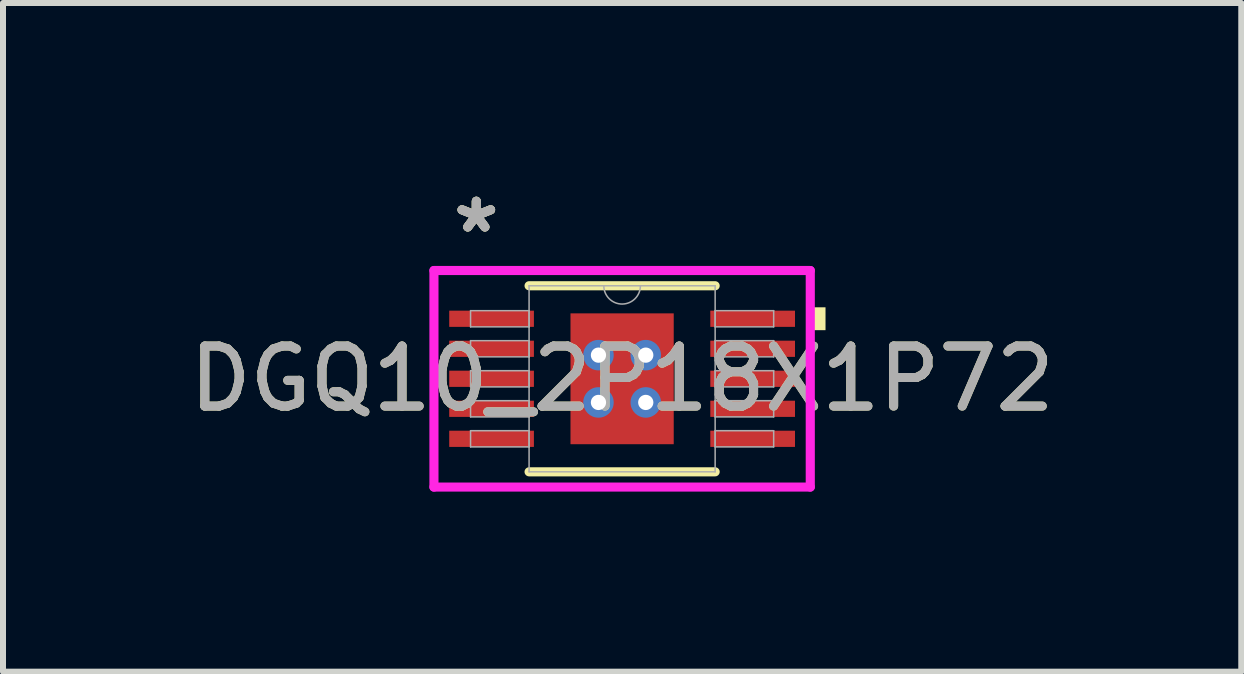
<source format=kicad_pcb>
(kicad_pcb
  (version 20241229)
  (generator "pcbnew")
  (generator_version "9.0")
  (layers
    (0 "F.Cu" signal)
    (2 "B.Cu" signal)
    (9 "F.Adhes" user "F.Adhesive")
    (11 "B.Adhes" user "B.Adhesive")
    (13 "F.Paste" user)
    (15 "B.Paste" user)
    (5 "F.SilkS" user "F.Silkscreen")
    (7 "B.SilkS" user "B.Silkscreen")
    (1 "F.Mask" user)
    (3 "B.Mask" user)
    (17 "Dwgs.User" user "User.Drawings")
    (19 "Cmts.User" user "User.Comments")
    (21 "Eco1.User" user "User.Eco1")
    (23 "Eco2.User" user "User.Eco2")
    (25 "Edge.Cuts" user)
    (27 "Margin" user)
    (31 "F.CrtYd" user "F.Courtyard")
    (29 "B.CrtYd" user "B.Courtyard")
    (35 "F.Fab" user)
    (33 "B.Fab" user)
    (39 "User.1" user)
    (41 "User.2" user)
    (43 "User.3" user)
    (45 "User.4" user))
  (footprint "DGQ10_2P18X1P72"
    (layer "F.Cu")
    (at 7.315 3.261)
    (property "Reference" "DGQ10_2P18X1P72" (at 0 0 0) (unlocked yes) (layer "F.SilkS") (effects (font (size 1 1) (thickness 0.15))))
    (attr smd)
    (fp_poly (pts (xy -0.923 -1.153) (xy -0.594 -1.153) (xy -0.594 1.153) (xy -0.923 1.153)) (stroke (width 0) (type solid)) (fill yes) (layer "F.Mask"))
    (fp_poly (pts (xy -0.923 -1.153) (xy 0.923 -1.153) (xy 0.923 -0.594) (xy -0.923 -0.594)) (stroke (width 0) (type solid)) (fill yes) (layer "F.Mask"))
    (fp_poly (pts (xy -0.923 -0.194) (xy 0.923 -0.194) (xy 0.923 0.194) (xy -0.923 0.194)) (stroke (width 0) (type solid)) (fill yes) (layer "F.Mask"))
    (fp_poly (pts (xy -0.923 0.594) (xy 0.923 0.594) (xy 0.923 1.153) (xy -0.923 1.153)) (stroke (width 0) (type solid)) (fill yes) (layer "F.Mask"))
    (fp_poly (pts (xy 0.194 -1.153) (xy -0.194 -1.153) (xy -0.194 1.153) (xy 0.194 1.153)) (stroke (width 0) (type solid)) (fill yes) (layer "F.Mask"))
    (fp_poly (pts (xy 0.594 -1.153) (xy 0.923 -1.153) (xy 0.923 1.153) (xy 0.594 1.153)) (stroke (width 0) (type solid)) (fill yes) (layer "F.Mask"))
    (fp_line (start -1.55 1.55) (end 1.55 1.55) (stroke (width 0.152) (type solid)) (layer "F.SilkS"))
    (fp_line (start 1.55 -1.55) (end -1.55 -1.55) (stroke (width 0.152) (type solid)) (layer "F.SilkS"))
    (fp_poly (pts (xy 3.389 -1.191) (xy 3.389 -0.81) (xy 3.135 -0.81) (xy 3.135 -1.191)) (stroke (width 0) (type solid)) (fill yes) (layer "F.SilkS"))
    (fp_poly (pts (xy -0.785 -1.015) (xy -0.785 -0.494) (xy -0.635 -0.494) (xy -0.494 -0.635) (xy -0.494 -1.015)) (stroke (width 0) (type solid)) (fill yes) (layer "F.Paste"))
    (fp_poly (pts (xy -0.785 0.494) (xy -0.785 1.015) (xy -0.494 1.015) (xy -0.494 0.635) (xy -0.635 0.494)) (stroke (width 0) (type solid)) (fill yes) (layer "F.Paste"))
    (fp_poly (pts (xy 0.494 -1.015) (xy 0.494 -0.635) (xy 0.635 -0.494) (xy 0.785 -0.494) (xy 0.785 -1.015)) (stroke (width 0) (type solid)) (fill yes) (layer "F.Paste"))
    (fp_poly (pts (xy 0.635 0.494) (xy 0.494 0.635) (xy 0.494 1.015) (xy 0.785 1.015) (xy 0.785 0.494)) (stroke (width 0) (type solid)) (fill yes) (layer "F.Paste"))
    (fp_poly (pts (xy -0.785 -0.294) (xy -0.785 0.294) (xy -0.635 0.294) (xy -0.494 0.152) (xy -0.494 -0.152) (xy -0.635 -0.294)) (stroke (width 0) (type solid)) (fill yes) (layer "F.Paste"))
    (fp_poly (pts (xy -0.294 -1.015) (xy -0.294 -0.635) (xy -0.152 -0.494) (xy 0.152 -0.494) (xy 0.294 -0.635) (xy 0.294 -1.015)) (stroke (width 0) (type solid)) (fill yes) (layer "F.Paste"))
    (fp_poly (pts (xy -0.152 0.494) (xy -0.294 0.635) (xy -0.294 1.015) (xy 0.294 1.015) (xy 0.294 0.635) (xy 0.152 0.494)) (stroke (width 0) (type solid)) (fill yes) (layer "F.Paste"))
    (fp_poly (pts (xy 0.635 -0.294) (xy 0.494 -0.152) (xy 0.494 0.152) (xy 0.635 0.294) (xy 0.785 0.294) (xy 0.785 -0.294)) (stroke (width 0) (type solid)) (fill yes) (layer "F.Paste"))
    (fp_poly (pts (xy -0.152 -0.294) (xy -0.294 -0.152) (xy -0.294 0.152) (xy -0.152 0.294) (xy 0.152 0.294) (xy 0.294 0.152) (xy 0.294 -0.152) (xy 0.152 -0.294)) (stroke (width 0) (type solid)) (fill yes) (layer "F.Paste"))
    (fp_line (start -3.135 -1.804) (end 3.135 -1.804) (stroke (width 0.152) (type solid)) (layer "F.CrtYd"))
    (fp_line (start -3.135 1.804) (end -3.135 -1.804) (stroke (width 0.152) (type solid)) (layer "F.CrtYd"))
    (fp_line (start 3.135 -1.804) (end 3.135 1.804) (stroke (width 0.152) (type solid)) (layer "F.CrtYd"))
    (fp_line (start 3.135 1.804) (end -3.135 1.804) (stroke (width 0.152) (type solid)) (layer "F.CrtYd"))
    (fp_line (start -2.525 -1.135) (end -2.525 -0.865) (stroke (width 0.025) (type solid)) (layer "F.Fab"))
    (fp_line (start -2.525 -0.865) (end -1.55 -0.865) (stroke (width 0.025) (type solid)) (layer "F.Fab"))
    (fp_line (start -2.525 -0.635) (end -2.525 -0.365) (stroke (width 0.025) (type solid)) (layer "F.Fab"))
    (fp_line (start -2.525 -0.365) (end -1.55 -0.365) (stroke (width 0.025) (type solid)) (layer "F.Fab"))
    (fp_line (start -2.525 -0.135) (end -2.525 0.135) (stroke (width 0.025) (type solid)) (layer "F.Fab"))
    (fp_line (start -2.525 0.135) (end -1.55 0.135) (stroke (width 0.025) (type solid)) (layer "F.Fab"))
    (fp_line (start -2.525 0.365) (end -2.525 0.635) (stroke (width 0.025) (type solid)) (layer "F.Fab"))
    (fp_line (start -2.525 0.635) (end -1.55 0.635) (stroke (width 0.025) (type solid)) (layer "F.Fab"))
    (fp_line (start -2.525 0.865) (end -2.525 1.135) (stroke (width 0.025) (type solid)) (layer "F.Fab"))
    (fp_line (start -2.525 1.135) (end -1.55 1.135) (stroke (width 0.025) (type solid)) (layer "F.Fab"))
    (fp_line (start -1.55 -1.55) (end -1.55 1.55) (stroke (width 0.025) (type solid)) (layer "F.Fab"))
    (fp_line (start -1.55 -1.135) (end -2.525 -1.135) (stroke (width 0.025) (type solid)) (layer "F.Fab"))
    (fp_line (start -1.55 -0.865) (end -1.55 -1.135) (stroke (width 0.025) (type solid)) (layer "F.Fab"))
    (fp_line (start -1.55 -0.635) (end -2.525 -0.635) (stroke (width 0.025) (type solid)) (layer "F.Fab"))
    (fp_line (start -1.55 -0.365) (end -1.55 -0.635) (stroke (width 0.025) (type solid)) (layer "F.Fab"))
    (fp_line (start -1.55 -0.135) (end -2.525 -0.135) (stroke (width 0.025) (type solid)) (layer "F.Fab"))
    (fp_line (start -1.55 0.135) (end -1.55 -0.135) (stroke (width 0.025) (type solid)) (layer "F.Fab"))
    (fp_line (start -1.55 0.365) (end -2.525 0.365) (stroke (width 0.025) (type solid)) (layer "F.Fab"))
    (fp_line (start -1.55 0.635) (end -1.55 0.365) (stroke (width 0.025) (type solid)) (layer "F.Fab"))
    (fp_line (start -1.55 0.865) (end -2.525 0.865) (stroke (width 0.025) (type solid)) (layer "F.Fab"))
    (fp_line (start -1.55 1.135) (end -1.55 0.865) (stroke (width 0.025) (type solid)) (layer "F.Fab"))
    (fp_line (start -1.55 1.55) (end 1.55 1.55) (stroke (width 0.025) (type solid)) (layer "F.Fab"))
    (fp_line (start 1.55 -1.55) (end -1.55 -1.55) (stroke (width 0.025) (type solid)) (layer "F.Fab"))
    (fp_line (start 1.55 -1.135) (end 1.55 -0.865) (stroke (width 0.025) (type solid)) (layer "F.Fab"))
    (fp_line (start 1.55 -0.865) (end 2.525 -0.865) (stroke (width 0.025) (type solid)) (layer "F.Fab"))
    (fp_line (start 1.55 -0.635) (end 1.55 -0.365) (stroke (width 0.025) (type solid)) (layer "F.Fab"))
    (fp_line (start 1.55 -0.365) (end 2.525 -0.365) (stroke (width 0.025) (type solid)) (layer "F.Fab"))
    (fp_line (start 1.55 -0.135) (end 1.55 0.135) (stroke (width 0.025) (type solid)) (layer "F.Fab"))
    (fp_line (start 1.55 0.135) (end 2.525 0.135) (stroke (width 0.025) (type solid)) (layer "F.Fab"))
    (fp_line (start 1.55 0.365) (end 1.55 0.635) (stroke (width 0.025) (type solid)) (layer "F.Fab"))
    (fp_line (start 1.55 0.635) (end 2.525 0.635) (stroke (width 0.025) (type solid)) (layer "F.Fab"))
    (fp_line (start 1.55 0.865) (end 1.55 1.135) (stroke (width 0.025) (type solid)) (layer "F.Fab"))
    (fp_line (start 1.55 1.135) (end 2.525 1.135) (stroke (width 0.025) (type solid)) (layer "F.Fab"))
    (fp_line (start 1.55 1.55) (end 1.55 -1.55) (stroke (width 0.025) (type solid)) (layer "F.Fab"))
    (fp_line (start 2.525 -1.135) (end 1.55 -1.135) (stroke (width 0.025) (type solid)) (layer "F.Fab"))
    (fp_line (start 2.525 -0.865) (end 2.525 -1.135) (stroke (width 0.025) (type solid)) (layer "F.Fab"))
    (fp_line (start 2.525 -0.635) (end 1.55 -0.635) (stroke (width 0.025) (type solid)) (layer "F.Fab"))
    (fp_line (start 2.525 -0.365) (end 2.525 -0.635) (stroke (width 0.025) (type solid)) (layer "F.Fab"))
    (fp_line (start 2.525 -0.135) (end 1.55 -0.135) (stroke (width 0.025) (type solid)) (layer "F.Fab"))
    (fp_line (start 2.525 0.135) (end 2.525 -0.135) (stroke (width 0.025) (type solid)) (layer "F.Fab"))
    (fp_line (start 2.525 0.365) (end 1.55 0.365) (stroke (width 0.025) (type solid)) (layer "F.Fab"))
    (fp_line (start 2.525 0.635) (end 2.525 0.365) (stroke (width 0.025) (type solid)) (layer "F.Fab"))
    (fp_line (start 2.525 0.865) (end 1.55 0.865) (stroke (width 0.025) (type solid)) (layer "F.Fab"))
    (fp_line (start 2.525 1.135) (end 2.525 0.865) (stroke (width 0.025) (type solid)) (layer "F.Fab"))
    (fp_arc (start 0.3048 -1.549999) (mid 0 -1.245199) (end -0.3048 -1.549999) (stroke (width 0.0254) (type solid)) (layer "F.Fab"))
    (fp_text user "*" (at -2.429 -2.413 0) (layer "F.SilkS") (effects (font (size 1 1) (thickness 0.15))))
    (fp_text user "*" (at -2.429 -2.413 0) (unlocked yes) (layer "F.SilkS") (effects (font (size 1 1) (thickness 0.15))))
    (fp_text user "*" (at -2.429 -2.413 0) (layer "F.Fab") (effects (font (size 1 1) (thickness 0.15))))
    (fp_text user "${REFERENCE}" (at 0 0 0) (unlocked yes) (layer "F.Fab") (effects (font (size 1 1) (thickness 0.15))))
    (fp_text user "*" (at -2.429 -2.413 0) (unlocked yes) (layer "F.Fab") (effects (font (size 1 1) (thickness 0.15))))
    (pad "1" smd rect (at -2.175 -1) (size 1.411 0.27) (layers "F.Cu" "F.Mask" "F.Paste"))
    (pad "2" smd rect (at -2.175 -0.5) (size 1.411 0.27) (layers "F.Cu" "F.Mask" "F.Paste"))
    (pad "3" smd rect (at -2.175 0) (size 1.411 0.27) (layers "F.Cu" "F.Mask" "F.Paste"))
    (pad "4" smd rect (at -2.175 0.5) (size 1.411 0.27) (layers "F.Cu" "F.Mask" "F.Paste"))
    (pad "5" smd rect (at -2.175 1) (size 1.411 0.27) (layers "F.Cu" "F.Mask" "F.Paste"))
    (pad "6" smd rect (at 2.175 1) (size 1.411 0.27) (layers "F.Cu" "F.Mask" "F.Paste"))
    (pad "7" smd rect (at 2.175 0.5) (size 1.411 0.27) (layers "F.Cu" "F.Mask" "F.Paste"))
    (pad "8" smd rect (at 2.175 0) (size 1.411 0.27) (layers "F.Cu" "F.Mask" "F.Paste"))
    (pad "9" smd rect (at 2.175 -0.5) (size 1.411 0.27) (layers "F.Cu" "F.Mask" "F.Paste"))
    (pad "10" smd rect (at 2.175 -1) (size 1.411 0.27) (layers "F.Cu" "F.Mask" "F.Paste"))
    (pad "EPAD" smd rect (at 0 0) (size 1.72 2.18) (layers "F.Cu"))
    (pad "V" thru_hole circle (at -0.394 -0.394) (size 0.508 0.508) (drill 0.254) (layers "*.Cu" "*.Mask"))
    (pad "V" thru_hole circle (at -0.394 0.394) (size 0.508 0.508) (drill 0.254) (layers "*.Cu" "*.Mask"))
    (pad "V" thru_hole circle (at 0.394 -0.394) (size 0.508 0.508) (drill 0.254) (layers "*.Cu" "*.Mask"))
    (pad "V" thru_hole circle (at 0.394 0.394) (size 0.508 0.508) (drill 0.254) (layers "*.Cu" "*.Mask")))
  (gr_rect
    (start -3 -3)
    (end 17.631 8.141)
    (stroke (width 0.1) (type default))
    (fill no)
    (layer "Edge.Cuts")))
</source>
